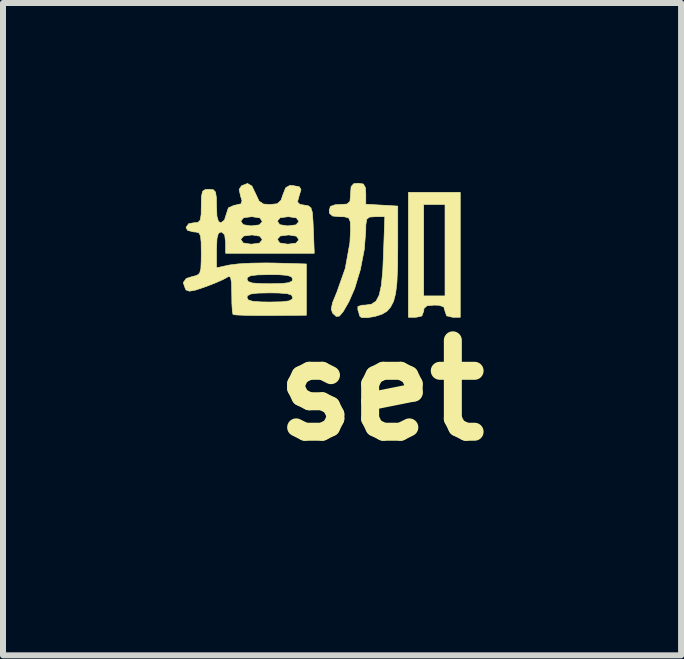
<source format=kicad_pcb>
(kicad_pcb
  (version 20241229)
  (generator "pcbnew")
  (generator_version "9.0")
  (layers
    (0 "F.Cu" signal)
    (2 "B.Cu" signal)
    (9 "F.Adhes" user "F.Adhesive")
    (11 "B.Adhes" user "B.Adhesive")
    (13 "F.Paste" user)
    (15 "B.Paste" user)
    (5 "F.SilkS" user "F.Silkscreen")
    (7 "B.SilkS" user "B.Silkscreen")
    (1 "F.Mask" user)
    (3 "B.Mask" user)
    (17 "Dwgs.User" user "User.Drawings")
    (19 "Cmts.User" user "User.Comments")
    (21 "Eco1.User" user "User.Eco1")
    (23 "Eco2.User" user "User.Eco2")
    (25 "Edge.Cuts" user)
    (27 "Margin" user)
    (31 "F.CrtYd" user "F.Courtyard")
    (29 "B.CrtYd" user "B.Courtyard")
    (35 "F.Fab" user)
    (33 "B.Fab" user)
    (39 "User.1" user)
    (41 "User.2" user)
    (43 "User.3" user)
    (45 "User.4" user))
  (footprint "set"
    (layer "F.Cu")
    (at 3.303 3.459)
    (property "Reference" "set" (at 0 0 0) (layer "F.SilkS") (effects (font (size 1.524 1.524) (thickness 0.3))))
    (attr through_hole)
    (fp_poly (pts (xy 1.321 -1.219) (xy 1.194 -1.219) (xy 1.094 -1.243) (xy 1.067 -1.321) (xy 1.047 -1.391) (xy 0.969 -1.419) (xy 0.889 -1.422) (xy 0.766 -1.411) (xy 0.717 -1.367) (xy 0.711 -1.321) (xy 0.681 -1.241) (xy 0.584 -1.219) (xy 0.457 -1.219) (xy 0.457 -3.099) (xy 0.711 -3.099) (xy 0.711 -1.575) (xy 1.067 -1.575) (xy 1.067 -3.099) (xy 0.711 -3.099) (xy 0.457 -3.099) (xy 0.457 -3.302) (xy 1.321 -3.302) (xy 1.321 -1.219)) (stroke (width 0.01) (type solid)) (fill yes) (layer "F.SilkS"))
    (fp_poly (pts (xy -0.295 -3.441) (xy -0.26 -3.38) (xy -0.254 -3.279) (xy -0.254 -3.104) (xy 0.279 -3.073) (xy 0.279 -2.388) (xy 0.276 -2.052) (xy 0.265 -1.802) (xy 0.244 -1.619) (xy 0.21 -1.487) (xy 0.16 -1.39) (xy 0.1 -1.32) (xy 0.016 -1.27) (xy -0.106 -1.232) (xy -0.232 -1.212) (xy -0.327 -1.215) (xy -0.356 -1.24) (xy -0.371 -1.3) (xy -0.386 -1.342) (xy -0.386 -1.399) (xy -0.312 -1.421) (xy -0.261 -1.422) (xy -0.159 -1.437) (xy -0.083 -1.488) (xy -0.03 -1.589) (xy 0.006 -1.755) (xy 0.029 -1.997) (xy 0.041 -2.273) (xy 0.063 -2.896) (xy -0.095 -2.896) (xy -0.191 -2.89) (xy -0.238 -2.855) (xy -0.253 -2.764) (xy -0.255 -2.654) (xy -0.28 -2.345) (xy -0.345 -2.012) (xy -0.44 -1.697) (xy -0.539 -1.472) (xy -0.63 -1.315) (xy -0.694 -1.239) (xy -0.747 -1.233) (xy -0.805 -1.286) (xy -0.807 -1.288) (xy -0.83 -1.355) (xy -0.808 -1.463) (xy -0.737 -1.635) (xy -0.737 -1.635) (xy -0.596 -2.035) (xy -0.519 -2.461) (xy -0.508 -2.674) (xy -0.512 -2.812) (xy -0.54 -2.876) (xy -0.613 -2.895) (xy -0.686 -2.896) (xy -0.808 -2.907) (xy -0.858 -2.951) (xy -0.864 -2.997) (xy -0.844 -3.067) (xy -0.766 -3.095) (xy -0.686 -3.099) (xy -0.567 -3.107) (xy -0.518 -3.151) (xy -0.508 -3.263) (xy -0.508 -3.277) (xy -0.499 -3.397) (xy -0.456 -3.446) (xy -0.381 -3.454) (xy -0.295 -3.441)) (stroke (width 0.01) (type solid)) (fill yes) (layer "F.SilkS"))
    (fp_poly (pts (xy -2.153 -3.407) (xy -2.09 -3.277) (xy -2.034 -3.157) (xy -1.959 -3.107) (xy -1.852 -3.099) (xy -1.73 -3.112) (xy -1.667 -3.171) (xy -1.635 -3.264) (xy -1.59 -3.378) (xy -1.521 -3.417) (xy -1.472 -3.415) (xy -1.363 -3.395) (xy -1.334 -3.349) (xy -1.365 -3.244) (xy -1.368 -3.236) (xy -1.393 -3.141) (xy -1.352 -3.101) (xy -1.28 -3.089) (xy -1.211 -3.077) (xy -1.169 -3.044) (xy -1.146 -2.97) (xy -1.135 -2.832) (xy -1.128 -2.68) (xy -1.113 -2.286) (xy -2.591 -2.286) (xy -2.591 -2.464) (xy -2.597 -2.515) (xy -2.337 -2.515) (xy -2.298 -2.458) (xy -2.175 -2.439) (xy -2.159 -2.438) (xy -2.027 -2.455) (xy -1.982 -2.508) (xy -1.981 -2.515) (xy -1.727 -2.515) (xy -1.689 -2.458) (xy -1.566 -2.439) (xy -1.549 -2.438) (xy -1.418 -2.455) (xy -1.372 -2.508) (xy -1.372 -2.515) (xy -1.41 -2.571) (xy -1.533 -2.591) (xy -1.549 -2.591) (xy -1.681 -2.574) (xy -1.727 -2.522) (xy -1.727 -2.515) (xy -1.981 -2.515) (xy -2.02 -2.571) (xy -2.143 -2.591) (xy -2.159 -2.591) (xy -2.291 -2.574) (xy -2.336 -2.522) (xy -2.337 -2.515) (xy -2.597 -2.515) (xy -2.607 -2.595) (xy -2.66 -2.641) (xy -2.667 -2.642) (xy -2.712 -2.618) (xy -2.735 -2.534) (xy -2.743 -2.37) (xy -2.743 -2.343) (xy -2.743 -2.044) (xy -2.525 -2.091) (xy -2.38 -2.109) (xy -2.167 -2.121) (xy -1.921 -2.125) (xy -1.776 -2.123) (xy -1.245 -2.108) (xy -1.245 -1.253) (xy -1.846 -1.249) (xy -2.082 -1.249) (xy -2.278 -1.252) (xy -2.414 -1.258) (xy -2.468 -1.266) (xy -2.479 -1.324) (xy -2.487 -1.454) (xy -2.488 -1.549) (xy -2.235 -1.549) (xy -2.215 -1.509) (xy -2.143 -1.486) (xy -2 -1.475) (xy -1.854 -1.473) (xy -1.653 -1.477) (xy -1.535 -1.492) (xy -1.482 -1.52) (xy -1.473 -1.549) (xy -1.493 -1.59) (xy -1.565 -1.613) (xy -1.708 -1.624) (xy -1.854 -1.626) (xy -2.055 -1.622) (xy -2.173 -1.607) (xy -2.226 -1.579) (xy -2.235 -1.549) (xy -2.488 -1.549) (xy -2.489 -1.615) (xy -2.493 -1.793) (xy -2.503 -1.854) (xy -2.235 -1.854) (xy -2.215 -1.814) (xy -2.143 -1.79) (xy -2 -1.78) (xy -1.854 -1.778) (xy -1.653 -1.782) (xy -1.535 -1.796) (xy -1.482 -1.825) (xy -1.473 -1.854) (xy -1.493 -1.894) (xy -1.565 -1.918) (xy -1.708 -1.929) (xy -1.854 -1.93) (xy -2.055 -1.926) (xy -2.173 -1.912) (xy -2.226 -1.883) (xy -2.235 -1.854) (xy -2.503 -1.854) (xy -2.508 -1.884) (xy -2.537 -1.902) (xy -2.553 -1.893) (xy -2.632 -1.849) (xy -2.774 -1.787) (xy -2.917 -1.732) (xy -3.09 -1.673) (xy -3.193 -1.654) (xy -3.248 -1.673) (xy -3.259 -1.687) (xy -3.298 -1.796) (xy -3.247 -1.866) (xy -3.15 -1.897) (xy -3.07 -1.917) (xy -3.025 -1.952) (xy -3.004 -2.027) (xy -2.998 -2.166) (xy -2.997 -2.285) (xy -2.999 -2.471) (xy -3.01 -2.578) (xy -3.037 -2.627) (xy -3.09 -2.641) (xy -3.124 -2.642) (xy -3.226 -2.668) (xy -3.251 -2.718) (xy -3.207 -2.779) (xy -3.124 -2.794) (xy -3.051 -2.801) (xy -3.014 -2.84) (xy -2.999 -2.934) (xy -2.997 -3.073) (xy -2.994 -3.233) (xy -2.976 -3.317) (xy -2.934 -3.348) (xy -2.87 -3.353) (xy -2.797 -3.346) (xy -2.76 -3.307) (xy -2.745 -3.213) (xy -2.743 -3.073) (xy -2.736 -2.903) (xy -2.71 -2.815) (xy -2.67 -2.794) (xy -2.637 -2.819) (xy -2.337 -2.819) (xy -2.298 -2.763) (xy -2.175 -2.743) (xy -2.159 -2.743) (xy -2.027 -2.76) (xy -1.982 -2.812) (xy -1.981 -2.819) (xy -1.727 -2.819) (xy -1.689 -2.763) (xy -1.566 -2.743) (xy -1.549 -2.743) (xy -1.418 -2.76) (xy -1.372 -2.812) (xy -1.372 -2.819) (xy -1.41 -2.876) (xy -1.533 -2.895) (xy -1.549 -2.896) (xy -1.681 -2.879) (xy -1.727 -2.826) (xy -1.727 -2.819) (xy -1.981 -2.819) (xy -2.02 -2.876) (xy -2.143 -2.895) (xy -2.159 -2.896) (xy -2.291 -2.879) (xy -2.336 -2.826) (xy -2.337 -2.819) (xy -2.637 -2.819) (xy -2.611 -2.839) (xy -2.581 -2.934) (xy -2.545 -3.043) (xy -2.449 -3.086) (xy -2.428 -3.089) (xy -2.333 -3.111) (xy -2.318 -3.165) (xy -2.341 -3.237) (xy -2.366 -3.35) (xy -2.326 -3.411) (xy -2.226 -3.45) (xy -2.153 -3.407)) (stroke (width 0.01) (type solid)) (fill yes) (layer "F.SilkS")))
  (gr_rect
    (start -3 -3)
    (end 8.306 7.877)
    (stroke (width 0.1) (type default))
    (fill no)
    (layer "Edge.Cuts")))
</source>
